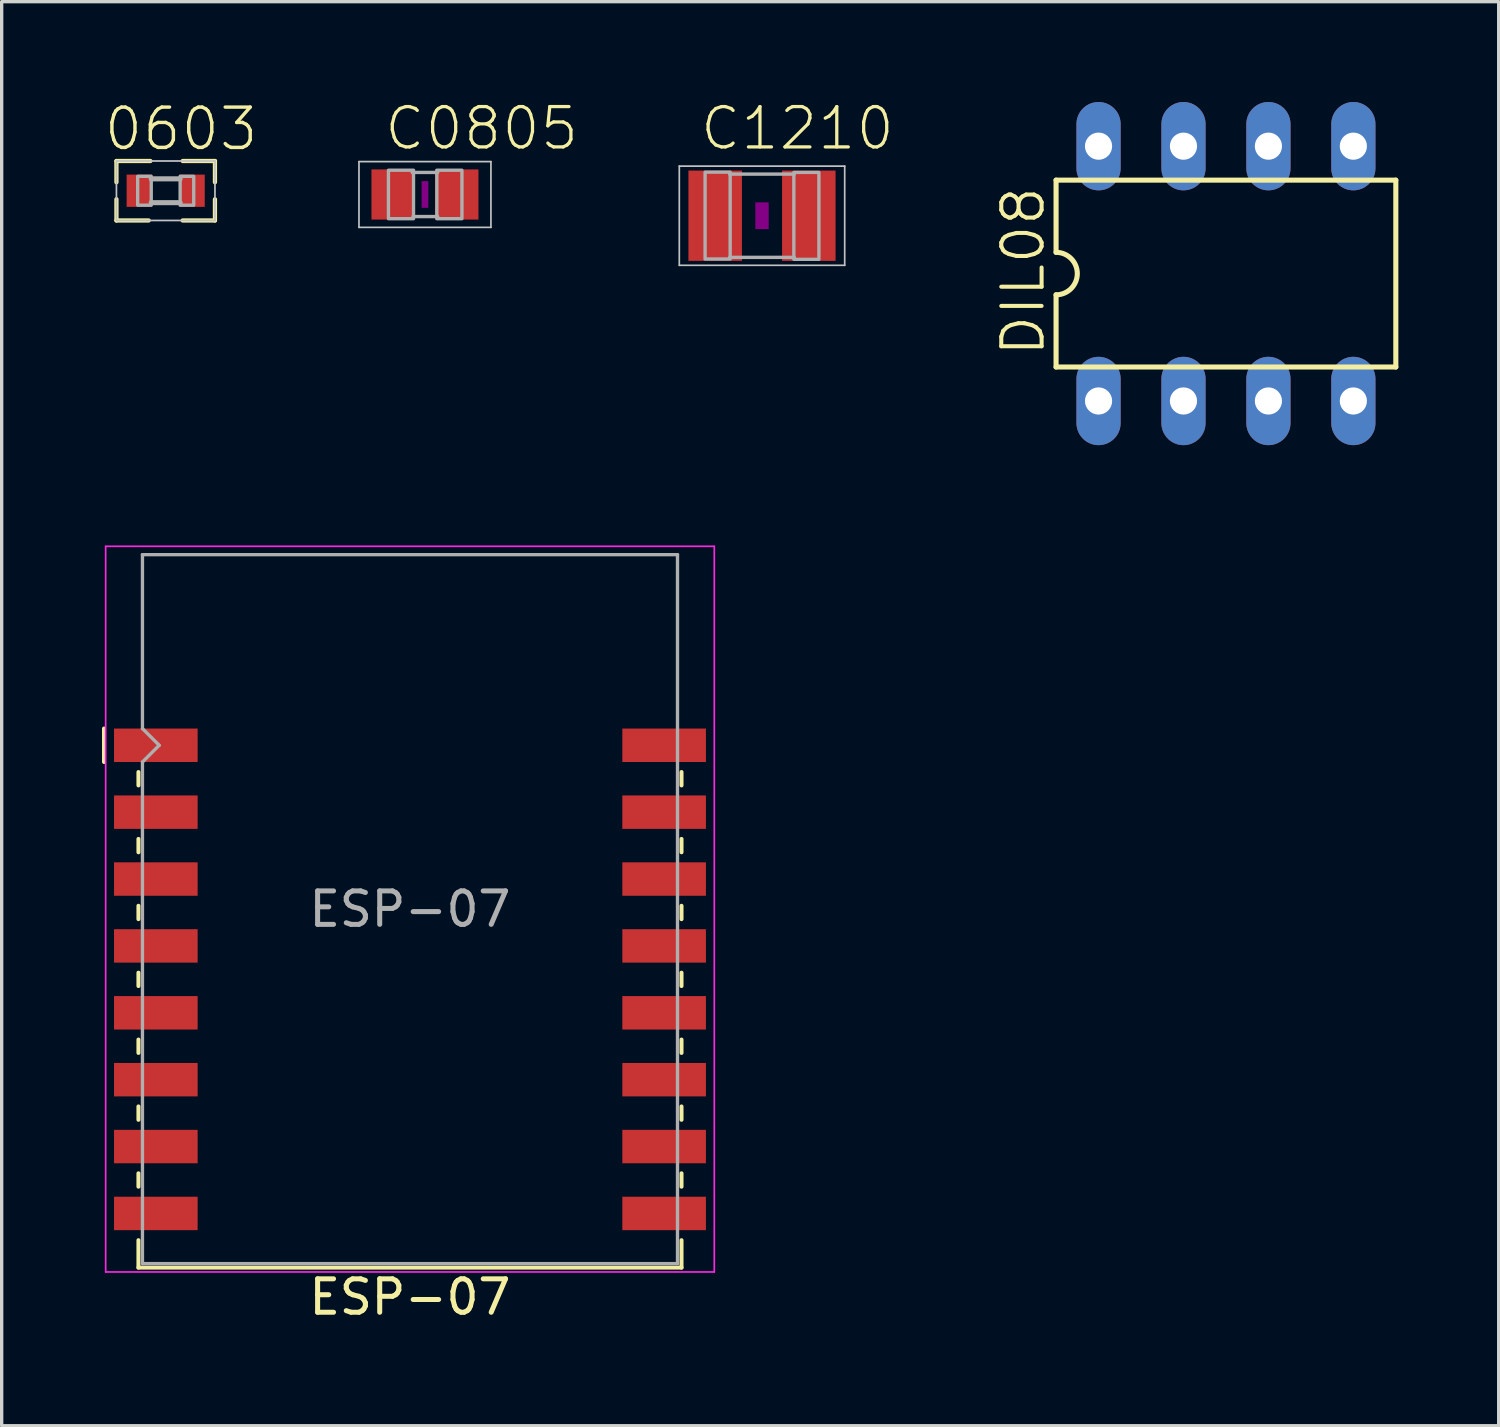
<source format=kicad_pcb>
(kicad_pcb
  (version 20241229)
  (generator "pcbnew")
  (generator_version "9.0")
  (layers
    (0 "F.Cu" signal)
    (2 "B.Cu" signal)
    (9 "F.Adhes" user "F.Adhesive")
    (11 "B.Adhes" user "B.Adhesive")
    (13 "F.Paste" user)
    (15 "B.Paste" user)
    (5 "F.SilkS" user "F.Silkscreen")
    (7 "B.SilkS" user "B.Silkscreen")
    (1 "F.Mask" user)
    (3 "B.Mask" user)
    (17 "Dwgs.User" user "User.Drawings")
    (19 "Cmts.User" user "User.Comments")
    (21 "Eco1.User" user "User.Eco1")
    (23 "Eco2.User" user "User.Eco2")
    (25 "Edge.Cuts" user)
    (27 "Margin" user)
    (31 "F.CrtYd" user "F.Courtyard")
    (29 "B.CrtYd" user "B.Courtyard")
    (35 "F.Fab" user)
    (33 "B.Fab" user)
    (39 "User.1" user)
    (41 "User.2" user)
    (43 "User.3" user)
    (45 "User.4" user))
  (footprint "C0805"
    (layer "F.Cu")
    (at 9.658 2.766)
    (property "Reference" "C0805" (at -1.27 -1.27 0) (layer "F.SilkS") (effects (font (size 1.206 1.206) (thickness 0.097)) (justify left bottom)))
    (attr through_hole)
    (fp_poly (pts (xy -0.1 0.4) (xy 0.1 0.4) (xy 0.1 -0.4) (xy -0.1 -0.4)) (stroke (width 0) (type solid)) (fill yes) (layer "F.Adhes"))
    (fp_line (start -1.973 -0.983) (end 1.973 -0.983) (stroke (width 0.051) (type solid)) (layer "Dwgs.User"))
    (fp_line (start -1.973 0.983) (end -1.973 -0.983) (stroke (width 0.051) (type solid)) (layer "Dwgs.User"))
    (fp_line (start 1.973 -0.983) (end 1.973 0.983) (stroke (width 0.051) (type solid)) (layer "Dwgs.User"))
    (fp_line (start 1.973 0.983) (end -1.973 0.983) (stroke (width 0.051) (type solid)) (layer "Dwgs.User"))
    (fp_line (start -0.381 -0.66) (end 0.381 -0.66) (stroke (width 0.102) (type solid)) (layer "F.Fab"))
    (fp_line (start -0.356 0.66) (end 0.381 0.66) (stroke (width 0.102) (type solid)) (layer "F.Fab"))
    (fp_poly (pts (xy -1.092 0.724) (xy -0.342 0.724) (xy -0.342 -0.726) (xy -1.092 -0.726)) (stroke (width 0.1) (type solid)) (fill no) (layer "F.Fab"))
    (fp_poly (pts (xy 0.356 0.724) (xy 1.106 0.724) (xy 1.106 -0.726) (xy 0.356 -0.726)) (stroke (width 0.1) (type solid)) (fill no) (layer "F.Fab"))
    (pad "1" smd rect (at -0.95 0) (size 1.3 1.5) (layers "F.Cu" "F.Mask" "F.Paste"))
    (pad "2" smd rect (at 0.95 0) (size 1.3 1.5) (layers "F.Cu" "F.Mask" "F.Paste")))
  (footprint "ESP-07"
    (layer "F.Cu")
    (at 9.21 24.137)
    (property "Reference" "ESP-07" (at 0 11.6 0) (layer "F.SilkS") (effects (font (size 1 1) (thickness 0.15))))
    (attr smd)
    (fp_line (start -9.15 -5.4) (end -9.15 -4.4) (stroke (width 0.12) (type solid)) (layer "F.SilkS"))
    (fp_line (start -8.12 -3.7) (end -8.12 -4.1) (stroke (width 0.12) (type solid)) (layer "F.SilkS"))
    (fp_line (start -8.12 -1.7) (end -8.12 -2.1) (stroke (width 0.12) (type solid)) (layer "F.SilkS"))
    (fp_line (start -8.12 0.3) (end -8.12 -0.1) (stroke (width 0.12) (type solid)) (layer "F.SilkS"))
    (fp_line (start -8.12 2.3) (end -8.12 1.9) (stroke (width 0.12) (type solid)) (layer "F.SilkS"))
    (fp_line (start -8.12 4.3) (end -8.12 3.9) (stroke (width 0.12) (type solid)) (layer "F.SilkS"))
    (fp_line (start -8.12 6.3) (end -8.12 5.9) (stroke (width 0.12) (type solid)) (layer "F.SilkS"))
    (fp_line (start -8.12 8.3) (end -8.12 7.9) (stroke (width 0.12) (type solid)) (layer "F.SilkS"))
    (fp_line (start -8.12 10.72) (end -8.12 9.9) (stroke (width 0.12) (type solid)) (layer "F.SilkS"))
    (fp_line (start 8.12 -3.7) (end 8.12 -4.1) (stroke (width 0.12) (type solid)) (layer "F.SilkS"))
    (fp_line (start 8.12 -1.7) (end 8.12 -2.1) (stroke (width 0.12) (type solid)) (layer "F.SilkS"))
    (fp_line (start 8.12 0.3) (end 8.12 -0.1) (stroke (width 0.12) (type solid)) (layer "F.SilkS"))
    (fp_line (start 8.12 2.3) (end 8.12 1.9) (stroke (width 0.12) (type solid)) (layer "F.SilkS"))
    (fp_line (start 8.12 4.3) (end 8.12 3.9) (stroke (width 0.12) (type solid)) (layer "F.SilkS"))
    (fp_line (start 8.12 6.3) (end 8.12 5.9) (stroke (width 0.12) (type solid)) (layer "F.SilkS"))
    (fp_line (start 8.12 8.3) (end 8.12 7.9) (stroke (width 0.12) (type solid)) (layer "F.SilkS"))
    (fp_line (start 8.12 9.9) (end 8.12 10.72) (stroke (width 0.12) (type solid)) (layer "F.SilkS"))
    (fp_line (start 8.12 10.72) (end -8.12 10.72) (stroke (width 0.12) (type solid)) (layer "F.SilkS"))
    (fp_line (start -9.1 -10.85) (end 9.1 -10.85) (stroke (width 0.05) (type solid)) (layer "F.CrtYd"))
    (fp_line (start -9.1 10.85) (end -9.1 -10.85) (stroke (width 0.05) (type solid)) (layer "F.CrtYd"))
    (fp_line (start 9.1 -10.85) (end 9.1 10.85) (stroke (width 0.05) (type solid)) (layer "F.CrtYd"))
    (fp_line (start 9.1 10.85) (end -9.1 10.85) (stroke (width 0.05) (type solid)) (layer "F.CrtYd"))
    (fp_line (start -8 -10.6) (end 8 -10.6) (stroke (width 0.1) (type solid)) (layer "F.Fab"))
    (fp_line (start -8 -5.4) (end -8 -10.6) (stroke (width 0.1) (type solid)) (layer "F.Fab"))
    (fp_line (start -8 -4.4) (end -7.5 -4.9) (stroke (width 0.1) (type solid)) (layer "F.Fab"))
    (fp_line (start -8 10.6) (end -8 -4.4) (stroke (width 0.1) (type solid)) (layer "F.Fab"))
    (fp_line (start -7.5 -4.9) (end -8 -5.4) (stroke (width 0.1) (type solid)) (layer "F.Fab"))
    (fp_line (start 8 -10.6) (end 8 10.6) (stroke (width 0.1) (type solid)) (layer "F.Fab"))
    (fp_line (start 8 10.6) (end -8 10.6) (stroke (width 0.1) (type solid)) (layer "F.Fab"))
    (fp_text user "${REFERENCE}" (at 0 0 0) (layer "F.Fab") (effects (font (size 1 1) (thickness 0.15))))
    (pad "1" smd rect (at -7.6 -4.9) (size 2.5 1) (layers "F.Cu" "F.Mask" "F.Paste"))
    (pad "2" smd rect (at -7.6 -2.9) (size 2.5 1) (layers "F.Cu" "F.Mask" "F.Paste"))
    (pad "3" smd rect (at -7.6 -0.9) (size 2.5 1) (layers "F.Cu" "F.Mask" "F.Paste"))
    (pad "4" smd rect (at -7.6 1.1) (size 2.5 1) (layers "F.Cu" "F.Mask" "F.Paste"))
    (pad "5" smd rect (at -7.6 3.1) (size 2.5 1) (layers "F.Cu" "F.Mask" "F.Paste"))
    (pad "6" smd rect (at -7.6 5.1) (size 2.5 1) (layers "F.Cu" "F.Mask" "F.Paste"))
    (pad "7" smd rect (at -7.6 7.1) (size 2.5 1) (layers "F.Cu" "F.Mask" "F.Paste"))
    (pad "8" smd rect (at -7.6 9.1) (size 2.5 1) (layers "F.Cu" "F.Mask" "F.Paste"))
    (pad "9" smd rect (at 7.6 9.1) (size 2.5 1) (layers "F.Cu" "F.Mask" "F.Paste"))
    (pad "10" smd rect (at 7.6 7.1) (size 2.5 1) (layers "F.Cu" "F.Mask" "F.Paste"))
    (pad "11" smd rect (at 7.6 5.1) (size 2.5 1) (layers "F.Cu" "F.Mask" "F.Paste"))
    (pad "12" smd rect (at 7.6 3.1) (size 2.5 1) (layers "F.Cu" "F.Mask" "F.Paste"))
    (pad "13" smd rect (at 7.6 1.1) (size 2.5 1) (layers "F.Cu" "F.Mask" "F.Paste"))
    (pad "14" smd rect (at 7.6 -0.9) (size 2.5 1) (layers "F.Cu" "F.Mask" "F.Paste"))
    (pad "15" smd rect (at 7.6 -2.9) (size 2.5 1) (layers "F.Cu" "F.Mask" "F.Paste"))
    (pad "16" smd rect (at 7.6 -4.9) (size 2.5 1) (layers "F.Cu" "F.Mask" "F.Paste")))
  (footprint "0603"
    (layer "F.Cu")
    (at 1.905 2.654)
    (property "Reference" "0603" (at -1.905 -1.143 0) (layer "F.SilkS") (effects (font (size 1.206 1.206) (thickness 0.102)) (justify left bottom)))
    (attr through_hole)
    (fp_line (start -1.473 -0.889) (end -1.473 -0.254) (stroke (width 0.127) (type solid)) (layer "F.SilkS"))
    (fp_line (start -1.473 -0.889) (end -0.457 -0.889) (stroke (width 0.127) (type solid)) (layer "F.SilkS"))
    (fp_line (start -1.473 0.254) (end -1.473 0.889) (stroke (width 0.127) (type solid)) (layer "F.SilkS"))
    (fp_line (start -1.473 0.889) (end -0.508 0.889) (stroke (width 0.127) (type solid)) (layer "F.SilkS"))
    (fp_line (start 0.508 -0.889) (end 1.473 -0.889) (stroke (width 0.127) (type solid)) (layer "F.SilkS"))
    (fp_line (start 1.473 -0.889) (end 1.473 -0.254) (stroke (width 0.127) (type solid)) (layer "F.SilkS"))
    (fp_line (start 1.473 0.254) (end 1.473 0.889) (stroke (width 0.127) (type solid)) (layer "F.SilkS"))
    (fp_line (start 1.473 0.889) (end 0.508 0.889) (stroke (width 0.127) (type solid)) (layer "F.SilkS"))
    (fp_line (start -1.473 -0.889) (end 1.473 -0.889) (stroke (width 0.051) (type solid)) (layer "Dwgs.User"))
    (fp_line (start -1.473 0.889) (end -1.473 -0.889) (stroke (width 0.051) (type solid)) (layer "Dwgs.User"))
    (fp_line (start 1.473 -0.889) (end 1.473 0.889) (stroke (width 0.051) (type solid)) (layer "Dwgs.User"))
    (fp_line (start 1.473 0.889) (end -1.473 0.889) (stroke (width 0.051) (type solid)) (layer "Dwgs.User"))
    (fp_line (start -0.432 0.356) (end 0.432 0.356) (stroke (width 0.152) (type solid)) (layer "F.Fab"))
    (fp_line (start 0.432 -0.356) (end -0.432 -0.356) (stroke (width 0.152) (type solid)) (layer "F.Fab"))
    (fp_poly (pts (xy -0.838 0.432) (xy -0.432 0.432) (xy -0.432 -0.432) (xy -0.838 -0.432)) (stroke (width 0.1) (type solid)) (fill no) (layer "F.Fab"))
    (fp_poly (pts (xy 0.432 0.432) (xy 0.838 0.432) (xy 0.838 -0.432) (xy 0.432 -0.432)) (stroke (width 0.1) (type solid)) (fill no) (layer "F.Fab"))
    (pad "1" smd rect (at -0.787 0) (size 0.762 0.965) (layers "F.Cu" "F.Mask" "F.Paste"))
    (pad "2" smd rect (at 0.787 0) (size 0.762 0.965) (layers "F.Cu" "F.Mask" "F.Paste")))
  (footprint "C1210"
    (layer "F.Cu")
    (at 19.737 3.401)
    (property "Reference" "C1210" (at -1.905 -1.905 0) (layer "F.SilkS") (effects (font (size 1.206 1.206) (thickness 0.097)) (justify left bottom)))
    (attr through_hole)
    (fp_poly (pts (xy -0.2 0.4) (xy 0.2 0.4) (xy 0.2 -0.4) (xy -0.2 -0.4)) (stroke (width 0) (type solid)) (fill yes) (layer "F.Adhes"))
    (fp_line (start -2.473 -1.483) (end 2.473 -1.483) (stroke (width 0.051) (type solid)) (layer "Dwgs.User"))
    (fp_line (start -2.473 1.483) (end -2.473 -1.483) (stroke (width 0.051) (type solid)) (layer "Dwgs.User"))
    (fp_line (start 2.473 -1.483) (end 2.473 1.483) (stroke (width 0.051) (type solid)) (layer "Dwgs.User"))
    (fp_line (start 2.473 1.483) (end -2.473 1.483) (stroke (width 0.051) (type solid)) (layer "Dwgs.User"))
    (fp_line (start -0.965 -1.245) (end 0.965 -1.245) (stroke (width 0.102) (type solid)) (layer "F.Fab"))
    (fp_line (start -0.965 1.245) (end 0.965 1.245) (stroke (width 0.102) (type solid)) (layer "F.Fab"))
    (fp_poly (pts (xy -1.702 1.295) (xy -0.952 1.295) (xy -0.952 -1.304) (xy -1.702 -1.304)) (stroke (width 0.1) (type solid)) (fill no) (layer "F.Fab"))
    (fp_poly (pts (xy 0.952 1.304) (xy 1.702 1.304) (xy 1.702 -1.295) (xy 0.952 -1.295)) (stroke (width 0.1) (type solid)) (fill no) (layer "F.Fab"))
    (pad "1" smd rect (at -1.4 0) (size 1.6 2.7) (layers "F.Cu" "F.Mask" "F.Paste"))
    (pad "2" smd rect (at 1.4 0) (size 1.6 2.7) (layers "F.Cu" "F.Mask" "F.Paste")))
  (footprint "DIL08"
    (layer "F.Cu")
    (at 33.611 5.131)
    (property "Reference" "DIL08" (at -5.359 2.54 90) (layer "F.SilkS") (effects (font (size 1.206 1.206) (thickness 0.121)) (justify left bottom)))
    (attr through_hole)
    (fp_line (start -5.08 -2.794) (end -5.08 -0.635) (stroke (width 0.152) (type solid)) (layer "F.SilkS"))
    (fp_line (start -5.08 0.635) (end -5.08 2.794) (stroke (width 0.152) (type solid)) (layer "F.SilkS"))
    (fp_line (start -5.08 2.794) (end 5.08 2.794) (stroke (width 0.152) (type solid)) (layer "F.SilkS"))
    (fp_line (start 5.08 -2.794) (end -5.08 -2.794) (stroke (width 0.152) (type solid)) (layer "F.SilkS"))
    (fp_line (start 5.08 2.794) (end 5.08 -2.794) (stroke (width 0.152) (type solid)) (layer "F.SilkS"))
    (fp_arc (start -5.08 -0.635) (mid -4.445 0) (end -5.08 0.635) (stroke (width 0.1524) (type solid)) (layer "F.SilkS"))
    (pad "1" thru_hole oval (at -3.81 3.81 90) (size 2.642 1.321) (drill 0.813) (layers "*.Cu" "*.Mask"))
    (pad "2" thru_hole oval (at -1.27 3.81 90) (size 2.642 1.321) (drill 0.813) (layers "*.Cu" "*.Mask"))
    (pad "3" thru_hole oval (at 1.27 3.81 90) (size 2.642 1.321) (drill 0.813) (layers "*.Cu" "*.Mask"))
    (pad "4" thru_hole oval (at 3.81 3.81 90) (size 2.642 1.321) (drill 0.813) (layers "*.Cu" "*.Mask"))
    (pad "5" thru_hole oval (at 3.81 -3.81 90) (size 2.642 1.321) (drill 0.813) (layers "*.Cu" "*.Mask"))
    (pad "6" thru_hole oval (at 1.27 -3.81 90) (size 2.642 1.321) (drill 0.813) (layers "*.Cu" "*.Mask"))
    (pad "7" thru_hole oval (at -1.27 -3.81 90) (size 2.642 1.321) (drill 0.813) (layers "*.Cu" "*.Mask"))
    (pad "8" thru_hole oval (at -3.81 -3.81 90) (size 2.642 1.321) (drill 0.813) (layers "*.Cu" "*.Mask")))
  (gr_rect
    (start -3 -3)
    (end 41.767 39.585)
    (stroke (width 0.1) (type default))
    (fill no)
    (layer "Edge.Cuts")))
</source>
